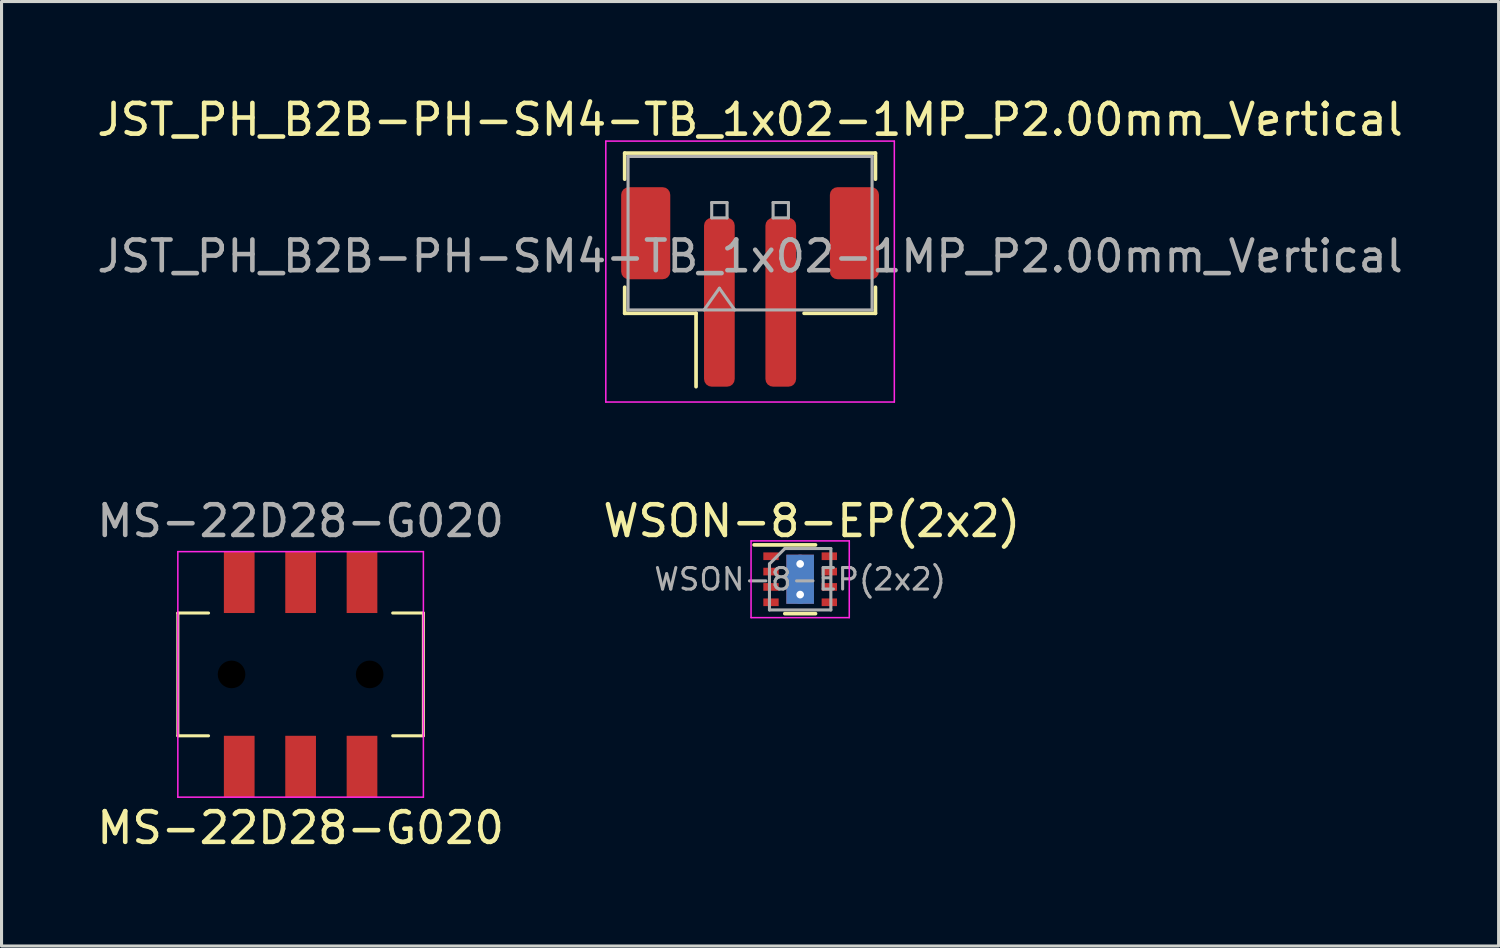
<source format=kicad_pcb>
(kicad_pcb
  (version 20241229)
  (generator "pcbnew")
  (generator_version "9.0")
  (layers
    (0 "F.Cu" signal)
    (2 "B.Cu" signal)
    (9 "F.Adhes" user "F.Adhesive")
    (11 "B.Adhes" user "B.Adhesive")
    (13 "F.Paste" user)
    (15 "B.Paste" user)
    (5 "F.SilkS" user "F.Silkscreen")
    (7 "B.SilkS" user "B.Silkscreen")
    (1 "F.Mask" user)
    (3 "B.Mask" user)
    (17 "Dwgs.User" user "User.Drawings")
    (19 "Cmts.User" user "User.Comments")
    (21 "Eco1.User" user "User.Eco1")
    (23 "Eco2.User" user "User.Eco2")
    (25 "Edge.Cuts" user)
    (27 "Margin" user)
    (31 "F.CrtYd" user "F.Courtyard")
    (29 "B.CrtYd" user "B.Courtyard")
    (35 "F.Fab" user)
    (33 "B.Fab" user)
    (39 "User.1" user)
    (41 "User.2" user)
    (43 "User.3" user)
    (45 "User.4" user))
  (footprint "JST_PH_B2B-PH-SM4-TB_1x02-1MP_P2.00mm_Vertical"
    (layer "F.Cu")
    (at 21.387 6.298)
    (property "Reference" "JST_PH_B2B-PH-SM4-TB_1x02-1MP_P2.00mm_Vertical" (at 0 -5.45 0) (layer "F.SilkS") (effects (font (size 1 1) (thickness 0.15))))
    (attr smd)
    (fp_line (start -4.085 -4.36) (end 4.085 -4.36) (stroke (width 0.12) (type solid)) (layer "F.SilkS"))
    (fp_line (start -4.085 -3.51) (end -4.085 -4.36) (stroke (width 0.12) (type solid)) (layer "F.SilkS"))
    (fp_line (start -4.085 0.01) (end -4.085 0.86) (stroke (width 0.12) (type solid)) (layer "F.SilkS"))
    (fp_line (start -4.085 0.86) (end -1.76 0.86) (stroke (width 0.12) (type solid)) (layer "F.SilkS"))
    (fp_line (start -1.76 0.86) (end -1.76 3.25) (stroke (width 0.12) (type solid)) (layer "F.SilkS"))
    (fp_line (start 4.085 -4.36) (end 4.085 -3.51) (stroke (width 0.12) (type solid)) (layer "F.SilkS"))
    (fp_line (start 4.085 0.01) (end 4.085 0.86) (stroke (width 0.12) (type solid)) (layer "F.SilkS"))
    (fp_line (start 4.085 0.86) (end 1.76 0.86) (stroke (width 0.12) (type solid)) (layer "F.SilkS"))
    (fp_line (start -4.7 -4.75) (end -4.7 3.75) (stroke (width 0.05) (type solid)) (layer "F.CrtYd"))
    (fp_line (start -4.7 3.75) (end 4.7 3.75) (stroke (width 0.05) (type solid)) (layer "F.CrtYd"))
    (fp_line (start 4.7 -4.75) (end -4.7 -4.75) (stroke (width 0.05) (type solid)) (layer "F.CrtYd"))
    (fp_line (start 4.7 3.75) (end 4.7 -4.75) (stroke (width 0.05) (type solid)) (layer "F.CrtYd"))
    (fp_line (start -3.975 -4.25) (end 3.975 -4.25) (stroke (width 0.1) (type solid)) (layer "F.Fab"))
    (fp_line (start -3.975 0.75) (end -3.975 -4.25) (stroke (width 0.1) (type solid)) (layer "F.Fab"))
    (fp_line (start -3.975 0.75) (end 3.975 0.75) (stroke (width 0.1) (type solid)) (layer "F.Fab"))
    (fp_line (start -1.5 0.75) (end -1 0.043) (stroke (width 0.1) (type solid)) (layer "F.Fab"))
    (fp_line (start -1.25 -2.75) (end -1.25 -2.25) (stroke (width 0.1) (type solid)) (layer "F.Fab"))
    (fp_line (start -1.25 -2.25) (end -0.75 -2.25) (stroke (width 0.1) (type solid)) (layer "F.Fab"))
    (fp_line (start -1 0.043) (end -0.5 0.75) (stroke (width 0.1) (type solid)) (layer "F.Fab"))
    (fp_line (start -0.75 -2.75) (end -1.25 -2.75) (stroke (width 0.1) (type solid)) (layer "F.Fab"))
    (fp_line (start -0.75 -2.25) (end -0.75 -2.75) (stroke (width 0.1) (type solid)) (layer "F.Fab"))
    (fp_line (start 0.75 -2.75) (end 0.75 -2.25) (stroke (width 0.1) (type solid)) (layer "F.Fab"))
    (fp_line (start 0.75 -2.25) (end 1.25 -2.25) (stroke (width 0.1) (type solid)) (layer "F.Fab"))
    (fp_line (start 1.25 -2.75) (end 0.75 -2.75) (stroke (width 0.1) (type solid)) (layer "F.Fab"))
    (fp_line (start 1.25 -2.25) (end 1.25 -2.75) (stroke (width 0.1) (type solid)) (layer "F.Fab"))
    (fp_line (start 3.975 0.75) (end 3.975 -4.25) (stroke (width 0.1) (type solid)) (layer "F.Fab"))
    (fp_text user "${REFERENCE}" (at 0 -1 0) (layer "F.Fab") (effects (font (size 1 1) (thickness 0.15))))
    (pad "" smd roundrect (at -3.4 -1.75) (size 1.6 3) (layers "F.Cu" "F.Mask" "F.Paste") (roundrect_rratio 0.156))
    (pad "" smd roundrect (at 3.4 -1.75) (size 1.6 3) (layers "F.Cu" "F.Mask" "F.Paste") (roundrect_rratio 0.156))
    (pad "1" smd roundrect (at -1 0.5) (size 1 5.5) (layers "F.Cu" "F.Mask" "F.Paste") (roundrect_rratio 0.25))
    (pad "2" smd roundrect (at 1 0.5) (size 1 5.5) (layers "F.Cu" "F.Mask" "F.Paste") (roundrect_rratio 0.25)))
  (footprint "MS-22D28-G020"
    (layer "F.Cu")
    (at 6.744 18.922)
    (property "Reference" "MS-22D28-G020" (at 0 5 0) (layer "F.SilkS") (effects (font (size 1 1) (thickness 0.15))))
    (attr smd)
    (fp_line (start -4 -2) (end -4 2) (stroke (width 0.1) (type default)) (layer "F.SilkS"))
    (fp_line (start -4 -2) (end -3 -2) (stroke (width 0.1) (type default)) (layer "F.SilkS"))
    (fp_line (start -4 2) (end -3 2) (stroke (width 0.1) (type default)) (layer "F.SilkS"))
    (fp_line (start 3 -2) (end 4 -2) (stroke (width 0.1) (type default)) (layer "F.SilkS"))
    (fp_line (start 4 -2) (end 4 2) (stroke (width 0.1) (type default)) (layer "F.SilkS"))
    (fp_line (start 4 2) (end 3 2) (stroke (width 0.1) (type default)) (layer "F.SilkS"))
    (fp_line (start -4 -4) (end -4 4) (stroke (width 0.05) (type solid)) (layer "F.CrtYd"))
    (fp_line (start -4 -4) (end 4 -4) (stroke (width 0.05) (type solid)) (layer "F.CrtYd"))
    (fp_line (start 4 -4) (end 4 4) (stroke (width 0.05) (type solid)) (layer "F.CrtYd"))
    (fp_line (start 4 4) (end -4 4) (stroke (width 0.05) (type solid)) (layer "F.CrtYd"))
    (fp_text user "${REFERENCE}" (at 0 -5 0) (layer "F.Fab") (effects (font (size 1 1) (thickness 0.15))))
    (pad "" np_thru_hole circle (at -2.25 0) (size 0.9 0.9) (drill 0.9) (layers "*.Mask"))
    (pad "" np_thru_hole circle (at 2.25 0) (size 0.9 0.9) (drill 0.9) (layers "*.Mask"))
    (pad "1" smd rect (at -2 -3) (size 1 2) (layers "F.Cu" "F.Mask" "F.Paste"))
    (pad "2" smd rect (at 0 -3) (size 1 2) (layers "F.Cu" "F.Mask" "F.Paste"))
    (pad "3" smd rect (at 2 -3) (size 1 2) (layers "F.Cu" "F.Mask" "F.Paste"))
    (pad "4" smd rect (at -2 3) (size 1 2) (layers "F.Cu" "F.Mask" "F.Paste"))
    (pad "5" smd rect (at 0 3) (size 1 2) (layers "F.Cu" "F.Mask" "F.Paste"))
    (pad "6" smd rect (at 2 3) (size 1 2) (layers "F.Cu" "F.Mask" "F.Paste")))
  (footprint "WSON-8-EP(2x2)"
    (layer "F.Cu")
    (at 23.019 15.822)
    (property "Reference" "WSON-8-EP(2x2)" (at 0.38 -1.9 0) (layer "F.SilkS") (effects (font (size 1 1) (thickness 0.15))))
    (attr smd)
    (fp_line (start -1.5 -1.12) (end 0.5 -1.12) (stroke (width 0.12) (type solid)) (layer "F.SilkS"))
    (fp_line (start 0.5 1.12) (end -0.5 1.12) (stroke (width 0.12) (type solid)) (layer "F.SilkS"))
    (fp_line (start -1.6 -1.25) (end -1.6 1.25) (stroke (width 0.05) (type solid)) (layer "F.CrtYd"))
    (fp_line (start -1.6 -1.25) (end 1.6 -1.25) (stroke (width 0.05) (type solid)) (layer "F.CrtYd"))
    (fp_line (start -1.6 1.25) (end 1.6 1.25) (stroke (width 0.05) (type solid)) (layer "F.CrtYd"))
    (fp_line (start 1.6 -1.25) (end 1.6 1.25) (stroke (width 0.05) (type solid)) (layer "F.CrtYd"))
    (fp_line (start -1 1) (end -1 -0.5) (stroke (width 0.1) (type solid)) (layer "F.Fab"))
    (fp_line (start -0.5 -1) (end -1 -0.5) (stroke (width 0.1) (type solid)) (layer "F.Fab"))
    (fp_line (start -0.5 -1) (end 1 -1) (stroke (width 0.1) (type solid)) (layer "F.Fab"))
    (fp_line (start 1 -1) (end 1 1) (stroke (width 0.1) (type solid)) (layer "F.Fab"))
    (fp_line (start 1 1) (end -1 1) (stroke (width 0.1) (type solid)) (layer "F.Fab"))
    (fp_text user "${REFERENCE}" (at 0 0 0) (layer "F.Fab") (effects (font (size 0.7 0.7) (thickness 0.1))))
    (pad "" smd rect (at 0 -0.4) (size 0.75 0.65) (layers "F.Paste"))
    (pad "" smd rect (at 0 0.4) (size 0.75 0.65) (layers "F.Paste"))
    (pad "1" smd rect (at -0.95 -0.75) (size 0.5 0.25) (layers "F.Cu" "F.Mask" "F.Paste"))
    (pad "2" smd rect (at -0.95 -0.25) (size 0.5 0.25) (layers "F.Cu" "F.Mask" "F.Paste"))
    (pad "3" smd rect (at -0.95 0.25) (size 0.5 0.25) (layers "F.Cu" "F.Mask" "F.Paste"))
    (pad "4" smd rect (at -0.95 0.75) (size 0.5 0.25) (layers "F.Cu" "F.Mask" "F.Paste"))
    (pad "5" smd rect (at 0.95 0.75) (size 0.5 0.25) (layers "F.Cu" "F.Mask" "F.Paste"))
    (pad "6" smd rect (at 0.95 0.25) (size 0.5 0.25) (layers "F.Cu" "F.Mask" "F.Paste"))
    (pad "7" smd rect (at 0.95 -0.25) (size 0.5 0.25) (layers "F.Cu" "F.Mask" "F.Paste"))
    (pad "8" smd rect (at 0.95 -0.75) (size 0.5 0.25) (layers "F.Cu" "F.Mask" "F.Paste"))
    (pad "9" thru_hole circle (at 0 -0.5) (size 0.6 0.6) (drill 0.25) (layers "*.Cu"))
    (pad "9" smd rect (at 0 0) (size 0.9 1.6) (layers "F.Cu" "F.Mask"))
    (pad "9" smd rect (at 0 0) (size 0.9 1.6) (layers "B.Cu"))
    (pad "9" thru_hole circle (at 0 0.5) (size 0.6 0.6) (drill 0.25) (layers "*.Cu")))
  (gr_rect
    (start -3 -3)
    (end 45.774 27.77)
    (stroke (width 0.1) (type default))
    (fill no)
    (layer "Edge.Cuts")))
</source>
